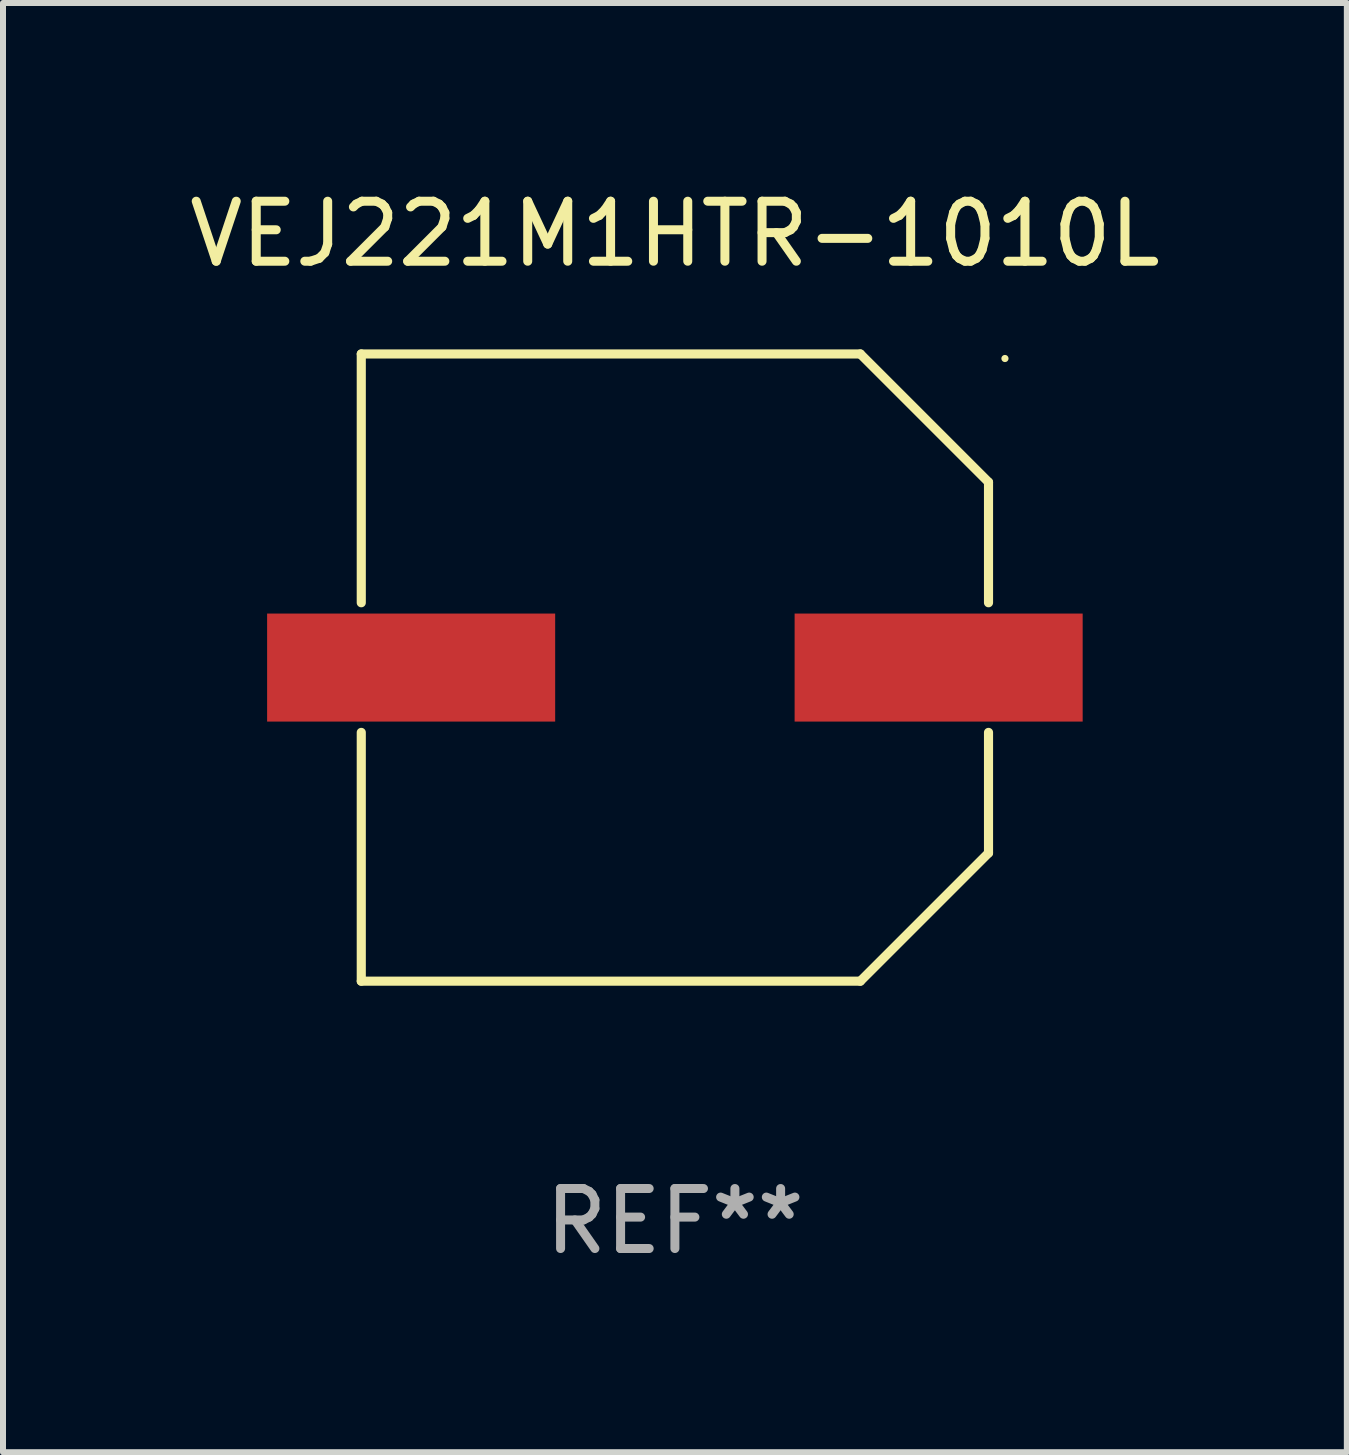
<source format=kicad_pcb>
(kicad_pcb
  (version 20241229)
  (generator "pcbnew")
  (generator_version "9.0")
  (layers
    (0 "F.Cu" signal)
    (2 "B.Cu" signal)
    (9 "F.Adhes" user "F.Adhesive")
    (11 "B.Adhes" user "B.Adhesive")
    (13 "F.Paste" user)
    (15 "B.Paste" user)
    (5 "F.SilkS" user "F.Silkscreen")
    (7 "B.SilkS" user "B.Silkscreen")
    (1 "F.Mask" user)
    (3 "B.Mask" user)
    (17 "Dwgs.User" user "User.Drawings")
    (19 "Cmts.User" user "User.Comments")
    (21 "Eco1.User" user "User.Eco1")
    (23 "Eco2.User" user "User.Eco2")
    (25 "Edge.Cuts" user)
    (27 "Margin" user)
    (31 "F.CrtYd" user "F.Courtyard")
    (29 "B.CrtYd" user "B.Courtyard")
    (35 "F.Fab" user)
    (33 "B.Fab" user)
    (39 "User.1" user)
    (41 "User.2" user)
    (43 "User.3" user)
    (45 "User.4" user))
  (footprint "VEJ221M1HTR-1010L"
    (layer "F.Cu")
    (at 8.196 8.074)
    (property "Reference" "VEJ221M1HTR-1010L" (at 0 -7.226 0) (layer "F.SilkS") (effects (font (size 1 1) (thickness 0.15))))
    (attr through_hole)
    (fp_line (start -5.226 -5.226) (end -5.226 -1.08) (stroke (width 0.152) (type solid)) (layer "F.SilkS"))
    (fp_line (start -5.226 -5.226) (end 3.09 -5.226) (stroke (width 0.152) (type solid)) (layer "F.SilkS"))
    (fp_line (start -5.226 1.08) (end -5.226 5.226) (stroke (width 0.152) (type solid)) (layer "F.SilkS"))
    (fp_line (start -5.226 5.226) (end 3.09 5.226) (stroke (width 0.152) (type solid)) (layer "F.SilkS"))
    (fp_line (start 3.09 -5.226) (end 5.226 -3.09) (stroke (width 0.152) (type solid)) (layer "F.SilkS"))
    (fp_line (start 3.09 5.226) (end 5.226 3.09) (stroke (width 0.152) (type solid)) (layer "F.SilkS"))
    (fp_line (start 5.226 -1.08) (end 5.226 -3.09) (stroke (width 0.152) (type solid)) (layer "F.SilkS"))
    (fp_line (start 5.226 3.09) (end 5.226 1.08) (stroke (width 0.152) (type solid)) (layer "F.SilkS"))
    (fp_circle (center 5.5 -5.15) (end 5.53 -5.15) (stroke (width 0.06) (type solid)) (fill no) (layer "F.SilkS"))
    (fp_text user "REF**" (at 0 9.226 0) (layer "F.Fab") (effects (font (size 1 1) (thickness 0.15))))
    (pad "1" smd rect (at 4.395 0 180) (size 4.8 1.8) (layers "F.Cu" "F.Mask" "F.Paste"))
    (pad "2" smd rect (at -4.395 0 180) (size 4.8 1.8) (layers "F.Cu" "F.Mask" "F.Paste")))
  (gr_rect
    (start -3 -3)
    (end 19.393 21.149)
    (stroke (width 0.1) (type default))
    (fill no)
    (layer "Edge.Cuts")))
</source>
